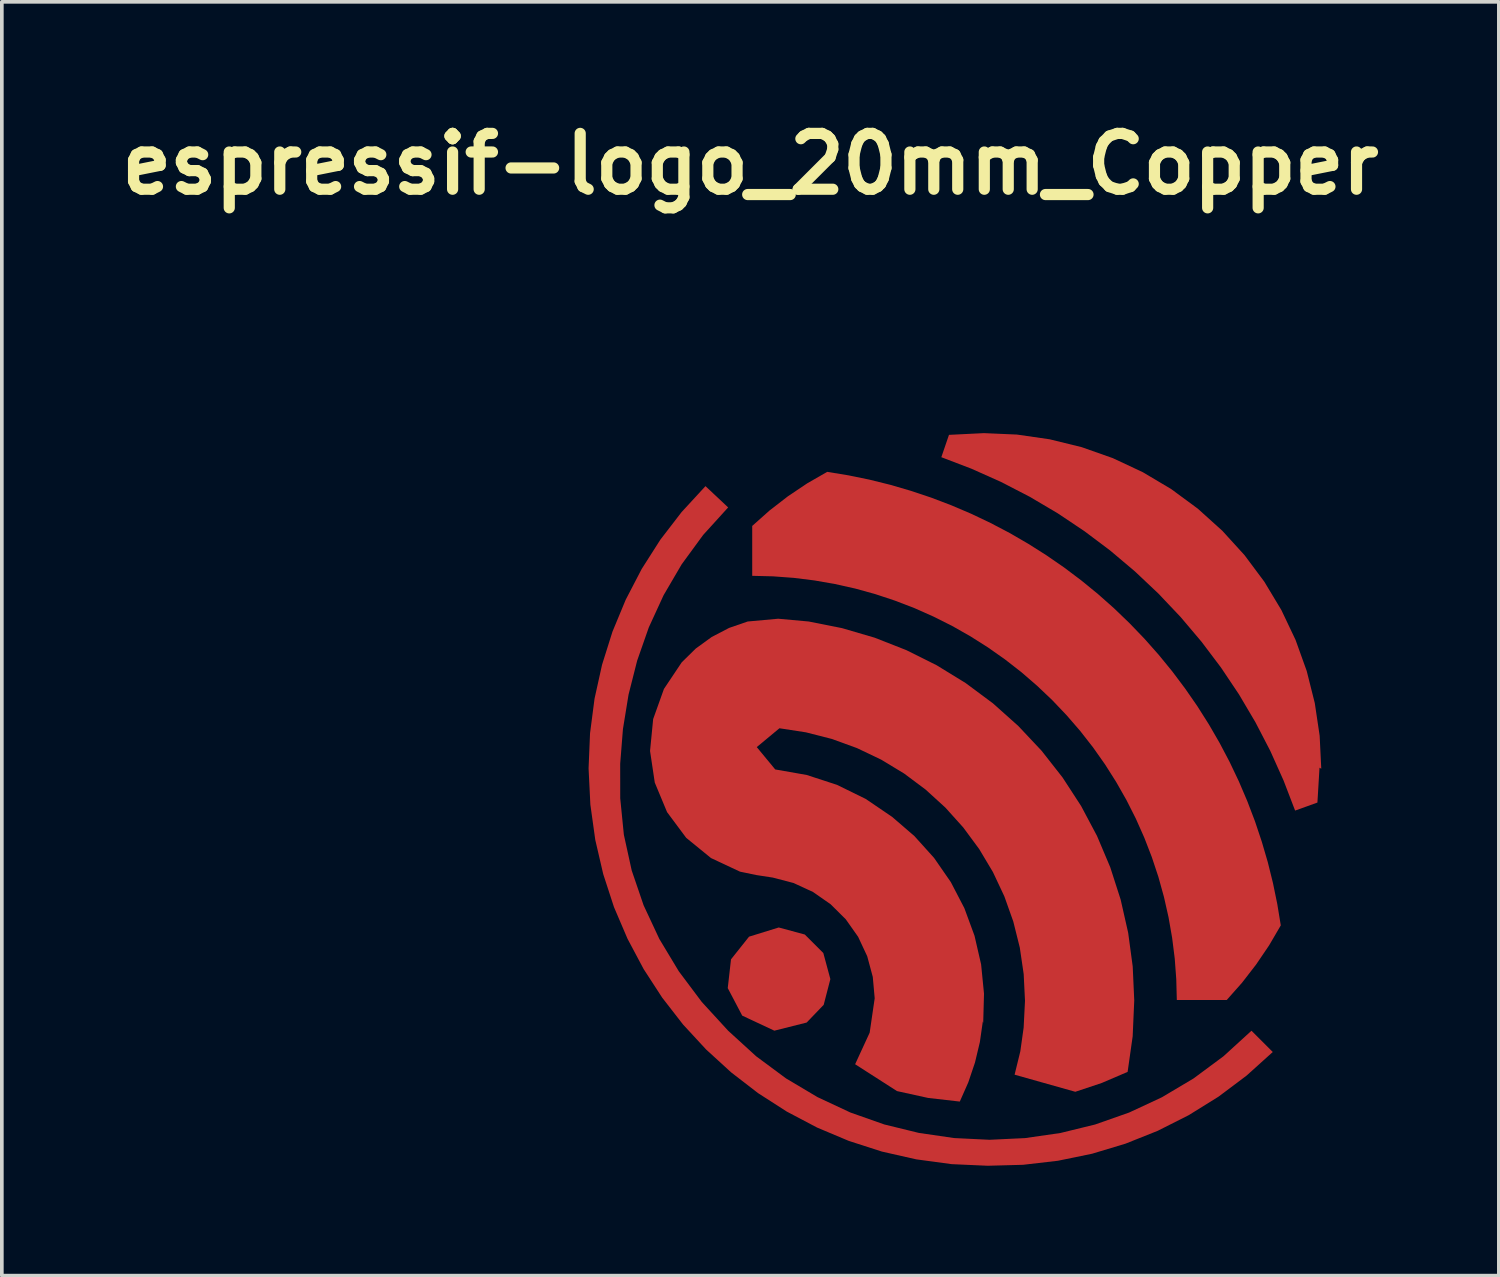
<source format=kicad_pcb>
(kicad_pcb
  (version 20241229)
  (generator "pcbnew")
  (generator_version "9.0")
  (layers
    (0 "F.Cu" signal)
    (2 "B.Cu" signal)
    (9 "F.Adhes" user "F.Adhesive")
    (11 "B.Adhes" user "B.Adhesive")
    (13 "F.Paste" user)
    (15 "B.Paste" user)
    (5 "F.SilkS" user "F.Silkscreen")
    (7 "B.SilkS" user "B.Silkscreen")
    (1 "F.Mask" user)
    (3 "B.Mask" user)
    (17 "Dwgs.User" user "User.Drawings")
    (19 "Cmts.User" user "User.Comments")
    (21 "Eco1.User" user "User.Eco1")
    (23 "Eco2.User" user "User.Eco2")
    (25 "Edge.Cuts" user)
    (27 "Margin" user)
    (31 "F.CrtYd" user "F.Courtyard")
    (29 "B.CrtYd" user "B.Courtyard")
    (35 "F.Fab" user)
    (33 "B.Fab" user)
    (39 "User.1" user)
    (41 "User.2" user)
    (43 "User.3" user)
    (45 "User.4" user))
  (footprint "espressif-logo_20mm_Copper"
    (layer "F.Cu")
    (at 17.432 22.269)
    (property "Reference" "espressif-logo_20mm_Copper" (at 0 -20.843 0) (layer "F.SilkS") (effects (font (size 1.524 1.524) (thickness 0.305))))
    (attr exclude_from_pos_files exclude_from_bom)
    (fp_poly (pts (xy 2.184 1.407) (xy 2.002 2.109) (xy 1.537 2.593) (xy 0.655 2.815) (xy -0.222 2.404) (xy -0.617 1.653) (xy -0.528 0.868) (xy -0.036 0.249) (xy 0.775 -0.002) (xy 1.486 0.19) (xy 1.992 0.696) (xy 2.184 1.407)) (stroke (width 0) (type solid)) (fill yes) (layer "F.Cu"))
    (fp_poly (pts (xy 15.584 -4.335) (xy 15.54 -5.236) (xy 15.407 -6.128) (xy 15.187 -7.003) (xy 14.882 -7.852) (xy 14.495 -8.667) (xy 14.03 -9.44) (xy 13.491 -10.163) (xy 12.884 -10.83) (xy 12.214 -11.434) (xy 11.488 -11.969) (xy 10.712 -12.43) (xy 9.895 -12.813) (xy 9.045 -13.113) (xy 8.169 -13.328) (xy 7.276 -13.457) (xy 6.375 -13.496) (xy 5.422 -13.449) (xy 5.213 -12.839) (xy 6.037 -12.524) (xy 6.842 -12.164) (xy 7.626 -11.759) (xy 8.386 -11.31) (xy 9.119 -10.82) (xy 9.824 -10.29) (xy 10.498 -9.721) (xy 11.14 -9.115) (xy 11.746 -8.475) (xy 12.316 -7.801) (xy 12.847 -7.097) (xy 13.338 -6.364) (xy 13.787 -5.604) (xy 14.193 -4.821) (xy 14.554 -4.016) (xy 14.87 -3.193) (xy 15.479 -3.412) (xy 15.536 -4.364) (xy 15.584 -4.335)) (stroke (width 0) (type solid)) (fill yes) (layer "F.Cu"))
    (fp_poly (pts (xy 6.479 6.502) (xy 5.491 6.458) (xy 4.527 6.327) (xy 3.591 6.115) (xy 2.688 5.824) (xy 1.821 5.459) (xy 0.994 5.023) (xy 0.211 4.52) (xy -0.524 3.953) (xy -1.208 3.328) (xy -1.837 2.647) (xy -2.406 1.914) (xy -2.913 1.133) (xy -3.352 0.308) (xy -3.722 -0.557) (xy -4.016 -1.459) (xy -4.233 -2.393) (xy -4.367 -3.356) (xy -4.416 -4.345) (xy -4.376 -5.303) (xy -4.253 -6.248) (xy -4.048 -7.174) (xy -3.764 -8.076) (xy -3.402 -8.949) (xy -2.966 -9.788) (xy -2.456 -10.588) (xy -1.875 -11.343) (xy -1.225 -12.049) (xy -0.606 -11.468) (xy -1.288 -10.717) (xy -1.874 -9.916) (xy -2.368 -9.072) (xy -2.772 -8.193) (xy -3.09 -7.285) (xy -3.325 -6.358) (xy -3.478 -5.417) (xy -3.553 -4.471) (xy -3.552 -3.528) (xy -3.453 -2.535) (xy -3.239 -1.56) (xy -2.914 -0.608) (xy -2.484 0.312) (xy -1.953 1.194) (xy -1.325 2.032) (xy -0.606 2.816) (xy 0.159 3.514) (xy 0.974 4.118) (xy 1.834 4.629) (xy 2.729 5.048) (xy 3.654 5.374) (xy 4.601 5.606) (xy 5.562 5.746) (xy 6.53 5.793) (xy 7.5 5.747) (xy 8.463 5.608) (xy 9.411 5.376) (xy 10.338 5.05) (xy 11.235 4.632) (xy 12.096 4.12) (xy 12.913 3.515) (xy 13.679 2.816) (xy 14.26 3.397) (xy 13.544 4.042) (xy 12.778 4.617) (xy 11.968 5.12) (xy 11.12 5.548) (xy 10.238 5.9) (xy 9.328 6.174) (xy 8.394 6.366) (xy 7.443 6.476) (xy 6.479 6.502)) (stroke (width 0) (type solid)) (fill yes) (layer "F.Cu"))
    (fp_poly (pts (xy 14.479 -0.059) (xy 14.384 -0.638) (xy 14.266 -1.213) (xy 14.125 -1.782) (xy 13.96 -2.345) (xy 13.774 -2.902) (xy 13.565 -3.45) (xy 13.335 -3.989) (xy 13.083 -4.519) (xy 12.81 -5.038) (xy 12.516 -5.546) (xy 12.202 -6.042) (xy 11.868 -6.524) (xy 11.516 -6.993) (xy 11.145 -7.447) (xy 10.756 -7.886) (xy 10.349 -8.309) (xy 9.926 -8.716) (xy 9.487 -9.105) (xy 9.033 -9.476) (xy 8.564 -9.829) (xy 8.081 -10.162) (xy 7.585 -10.476) (xy 7.078 -10.77) (xy 6.558 -11.043) (xy 6.029 -11.295) (xy 5.489 -11.525) (xy 4.941 -11.734) (xy 4.385 -11.92) (xy 3.821 -12.085) (xy 3.252 -12.226) (xy 2.677 -12.344) (xy 2.098 -12.439) (xy 1.55 -12.124) (xy 1.024 -11.771) (xy 0.524 -11.384) (xy 0.051 -10.963) (xy 0.051 -9.601) (xy 0.619 -9.587) (xy 1.186 -9.545) (xy 1.75 -9.475) (xy 2.31 -9.377) (xy 2.865 -9.253) (xy 3.413 -9.101) (xy 3.952 -8.922) (xy 4.483 -8.718) (xy 5.002 -8.487) (xy 5.51 -8.232) (xy 6.005 -7.951) (xy 6.485 -7.647) (xy 6.95 -7.32) (xy 7.398 -6.971) (xy 7.828 -6.599) (xy 8.24 -6.208) (xy 8.632 -5.796) (xy 9.004 -5.366) (xy 9.354 -4.918) (xy 9.682 -4.453) (xy 9.986 -3.973) (xy 10.267 -3.479) (xy 10.523 -2.972) (xy 10.754 -2.452) (xy 10.959 -1.922) (xy 11.138 -1.383) (xy 11.29 -0.835) (xy 11.415 -0.281) (xy 11.513 0.279) (xy 11.584 0.843) (xy 11.626 1.41) (xy 11.641 1.978) (xy 13.003 1.978) (xy 13.421 1.506) (xy 13.807 1.007) (xy 14.161 0.485) (xy 14.479 -0.059)) (stroke (width 0) (type solid)) (fill yes) (layer "F.Cu"))
    (fp_poly (pts (xy 6.356 2.607) (xy 6.378 1.805) (xy 6.299 1.006) (xy 6.119 0.224) (xy 5.842 -0.529) (xy 5.472 -1.241) (xy 5.015 -1.901) (xy 4.478 -2.497) (xy 3.87 -3.021) (xy 3.149 -3.511) (xy 2.366 -3.895) (xy 1.538 -4.165) (xy 0.679 -4.316) (xy 0.679 -4.316) (xy 0.175 -4.926) (xy 0.794 -5.44) (xy 1.516 -5.329) (xy 2.225 -5.148) (xy 2.912 -4.898) (xy 3.572 -4.583) (xy 4.198 -4.204) (xy 4.784 -3.766) (xy 5.324 -3.274) (xy 5.813 -2.73) (xy 6.247 -2.142) (xy 6.622 -1.514) (xy 6.933 -0.852) (xy 7.178 -0.163) (xy 7.355 0.547) (xy 7.461 1.27) (xy 7.497 2) (xy 7.46 2.731) (xy 7.369 3.38) (xy 7.213 4.016) (xy 8.87 4.483) (xy 9.595 4.241) (xy 10.298 3.94) (xy 10.436 2.968) (xy 10.479 1.988) (xy 10.437 1.061) (xy 10.313 0.142) (xy 10.108 -0.763) (xy 9.824 -1.646) (xy 9.463 -2.5) (xy 9.028 -3.319) (xy 8.522 -4.097) (xy 7.95 -4.826) (xy 7.314 -5.502) (xy 6.622 -6.12) (xy 5.878 -6.673) (xy 5.087 -7.159) (xy 4.257 -7.573) (xy 3.394 -7.912) (xy 2.503 -8.173) (xy 1.594 -8.354) (xy 0.76 -8.43) (xy -0.073 -8.354) (xy -0.58 -8.179) (xy -1.056 -7.931) (xy -1.49 -7.616) (xy -1.873 -7.24) (xy -2.359 -6.513) (xy -2.653 -5.691) (xy -2.738 -4.821) (xy -2.609 -3.957) (xy -2.273 -3.15) (xy -1.751 -2.449) (xy -1.074 -1.897) (xy -0.283 -1.526) (xy 0.163 -1.433) (xy 0.613 -1.364) (xy 1.179 -1.216) (xy 1.71 -0.971) (xy 2.19 -0.637) (xy 2.605 -0.225) (xy 2.942 0.253) (xy 3.19 0.783) (xy 3.342 1.348) (xy 3.394 1.931) (xy 3.257 2.869) (xy 2.86 3.731) (xy 4.003 4.464) (xy 4.853 4.651) (xy 5.717 4.75) (xy 5.949 4.226) (xy 6.132 3.683) (xy 6.265 3.126) (xy 6.346 2.559) (xy 6.356 2.607)) (stroke (width 0) (type solid)) (fill yes) (layer "F.Cu")))
  (gr_rect
    (start -3 -3)
    (end 37.863 31.771)
    (stroke (width 0.1) (type default))
    (fill no)
    (layer "Edge.Cuts")))
</source>
